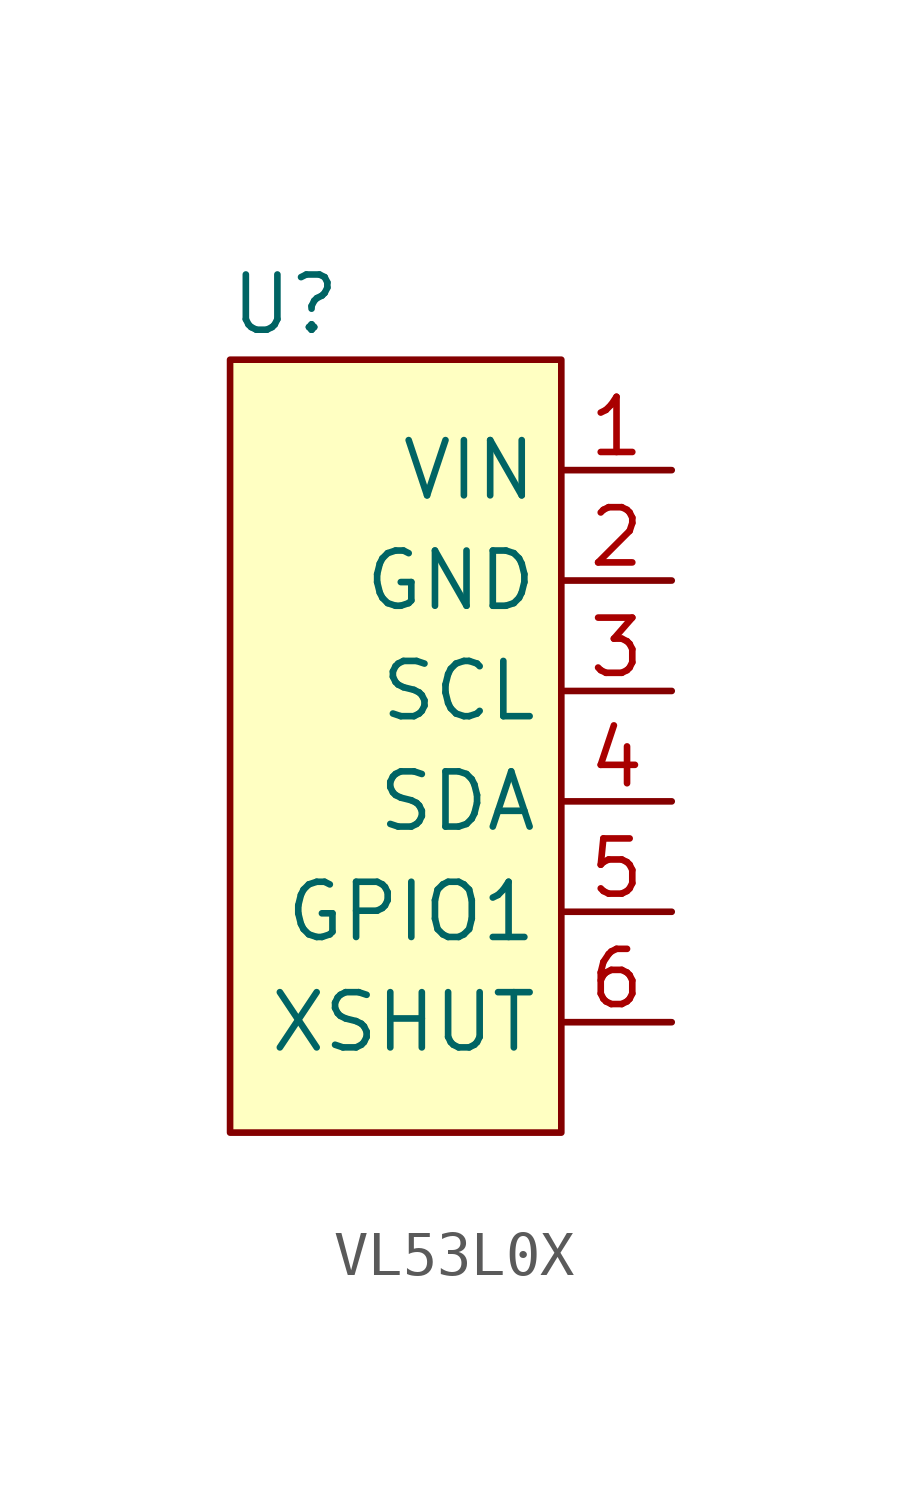
<source format=kicad_sym>
(kicad_symbol_lib
  (version 20220914)
  (generator kicad_symbol_editor)
  (symbol "VL53L0X"
    (property "Reference" "U"
      (at 1.27 1.27 0)
      (effects (font (size 1.27 1.27))))
    (property "Value" ""
      (at 0 0 0)
      (effects (font (size 1.27 1.27))))
    (symbol "VL53L0X_1_1"
      (rectangle (start 0 0) (end 7.62 -17.78) (stroke (width 0) (type default)) (fill (type background)))
      (pin power_in line (at 10.16 -2.54 180) (length 2.54) (name "VIN" (effects (font (size 1.27 1.27)))) (number "1" (effects (font (size 1.27 1.27)))))
      (pin power_in line (at 10.16 -5.08 180) (length 2.54) (name "GND" (effects (font (size 1.27 1.27)))) (number "2" (effects (font (size 1.27 1.27)))))
      (pin input line (at 10.16 -7.62 180) (length 2.54) (name "SCL" (effects (font (size 1.27 1.27)))) (number "3" (effects (font (size 1.27 1.27)))))
      (pin bidirectional line (at 10.16 -10.16 180) (length 2.54) (name "SDA" (effects (font (size 1.27 1.27)))) (number "4" (effects (font (size 1.27 1.27)))))
      (pin output line (at 10.16 -12.7 180) (length 2.54) (name "GPIO1" (effects (font (size 1.27 1.27)))) (number "5" (effects (font (size 1.27 1.27)))))
      (pin input line (at 10.16 -15.24 180) (length 2.54) (name "XSHUT" (effects (font (size 1.27 1.27)))) (number "6" (effects (font (size 1.27 1.27))))))))
</source>
